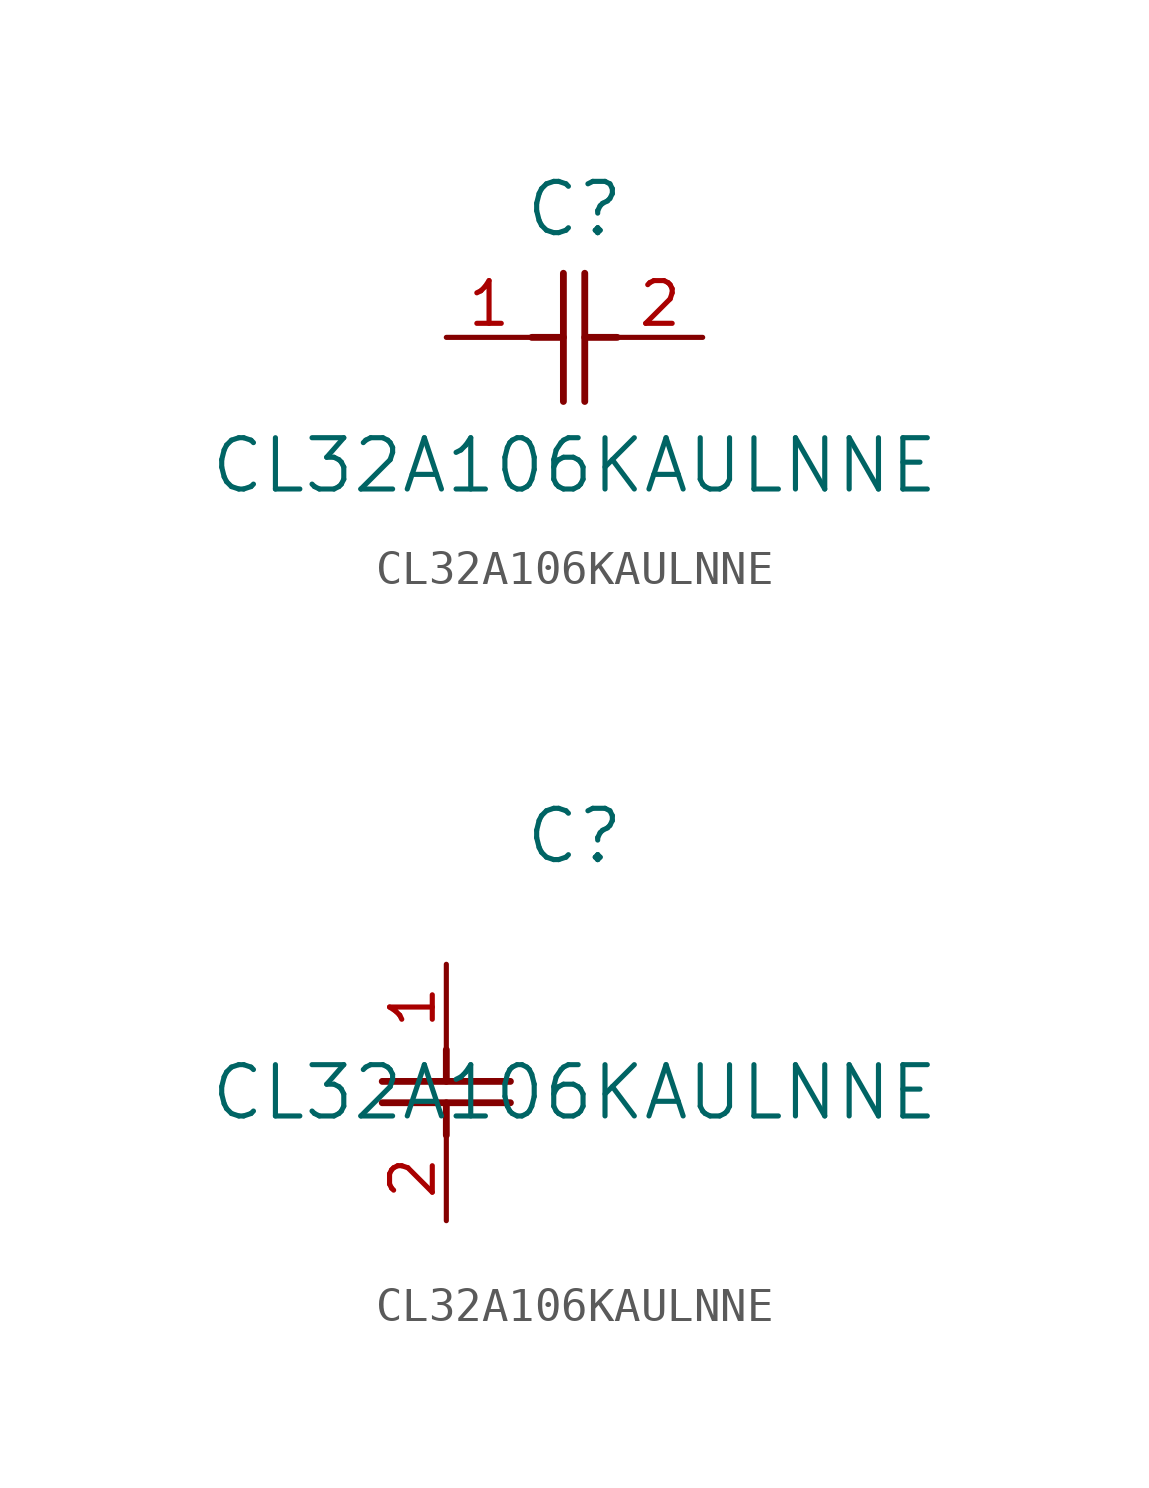
<source format=kicad_sym>
(kicad_symbol_lib
  (version 20211014)
  (generator kicad_symbol_editor)
  (symbol "CL32A106KAULNNE"
    (pin_names
      (offset 0.254))
    (property "Reference" "C"
      (at 3.81 3.81 0)
      (effects (font (size 1.524 1.524))))
    (property "Value" "CL32A106KAULNNE"
      (at 3.81 -3.81 0)
      (effects (font (size 1.524 1.524))))
    (symbol "CL32A106KAULNNE_1_1"
      (polyline (pts (xy 3.48 -1.905) (xy 3.48 1.905)) (stroke (width 0.203) (type default) (color 0 0 0 0)) (fill (type none)))
      (polyline (pts (xy 4.115 -1.905) (xy 4.115 1.905)) (stroke (width 0.203) (type default) (color 0 0 0 0)) (fill (type none)))
      (polyline (pts (xy 4.115 0) (xy 5.08 0)) (stroke (width 0.203) (type default) (color 0 0 0 0)) (fill (type none)))
      (polyline (pts (xy 2.54 0) (xy 3.48 0)) (stroke (width 0.203) (type default) (color 0 0 0 0)) (fill (type none)))
      (pin unspecified line (at 0 0 0) (length 2.54) (name "" (effects (font (size 1.27 1.27)))) (number "1" (effects (font (size 1.27 1.27)))))
      (pin unspecified line (at 7.62 0 180) (length 2.54) (name "" (effects (font (size 1.27 1.27)))) (number "2" (effects (font (size 1.27 1.27))))))
    (symbol "CL32A106KAULNNE_1_2"
      (polyline (pts (xy -1.905 -3.48) (xy 1.905 -3.48)) (stroke (width 0.203) (type default) (color 0 0 0 0)) (fill (type none)))
      (polyline (pts (xy -1.905 -4.115) (xy 1.905 -4.115)) (stroke (width 0.203) (type default) (color 0 0 0 0)) (fill (type none)))
      (polyline (pts (xy 0 -4.115) (xy 0 -5.08)) (stroke (width 0.203) (type default) (color 0 0 0 0)) (fill (type none)))
      (polyline (pts (xy 0 -2.54) (xy 0 -3.48)) (stroke (width 0.203) (type default) (color 0 0 0 0)) (fill (type none)))
      (pin unspecified line (at 0 0 270) (length 2.54) (name "" (effects (font (size 1.27 1.27)))) (number "1" (effects (font (size 1.27 1.27)))))
      (pin unspecified line (at 0 -7.62 90) (length 2.54) (name "" (effects (font (size 1.27 1.27)))) (number "2" (effects (font (size 1.27 1.27))))))))
</source>
